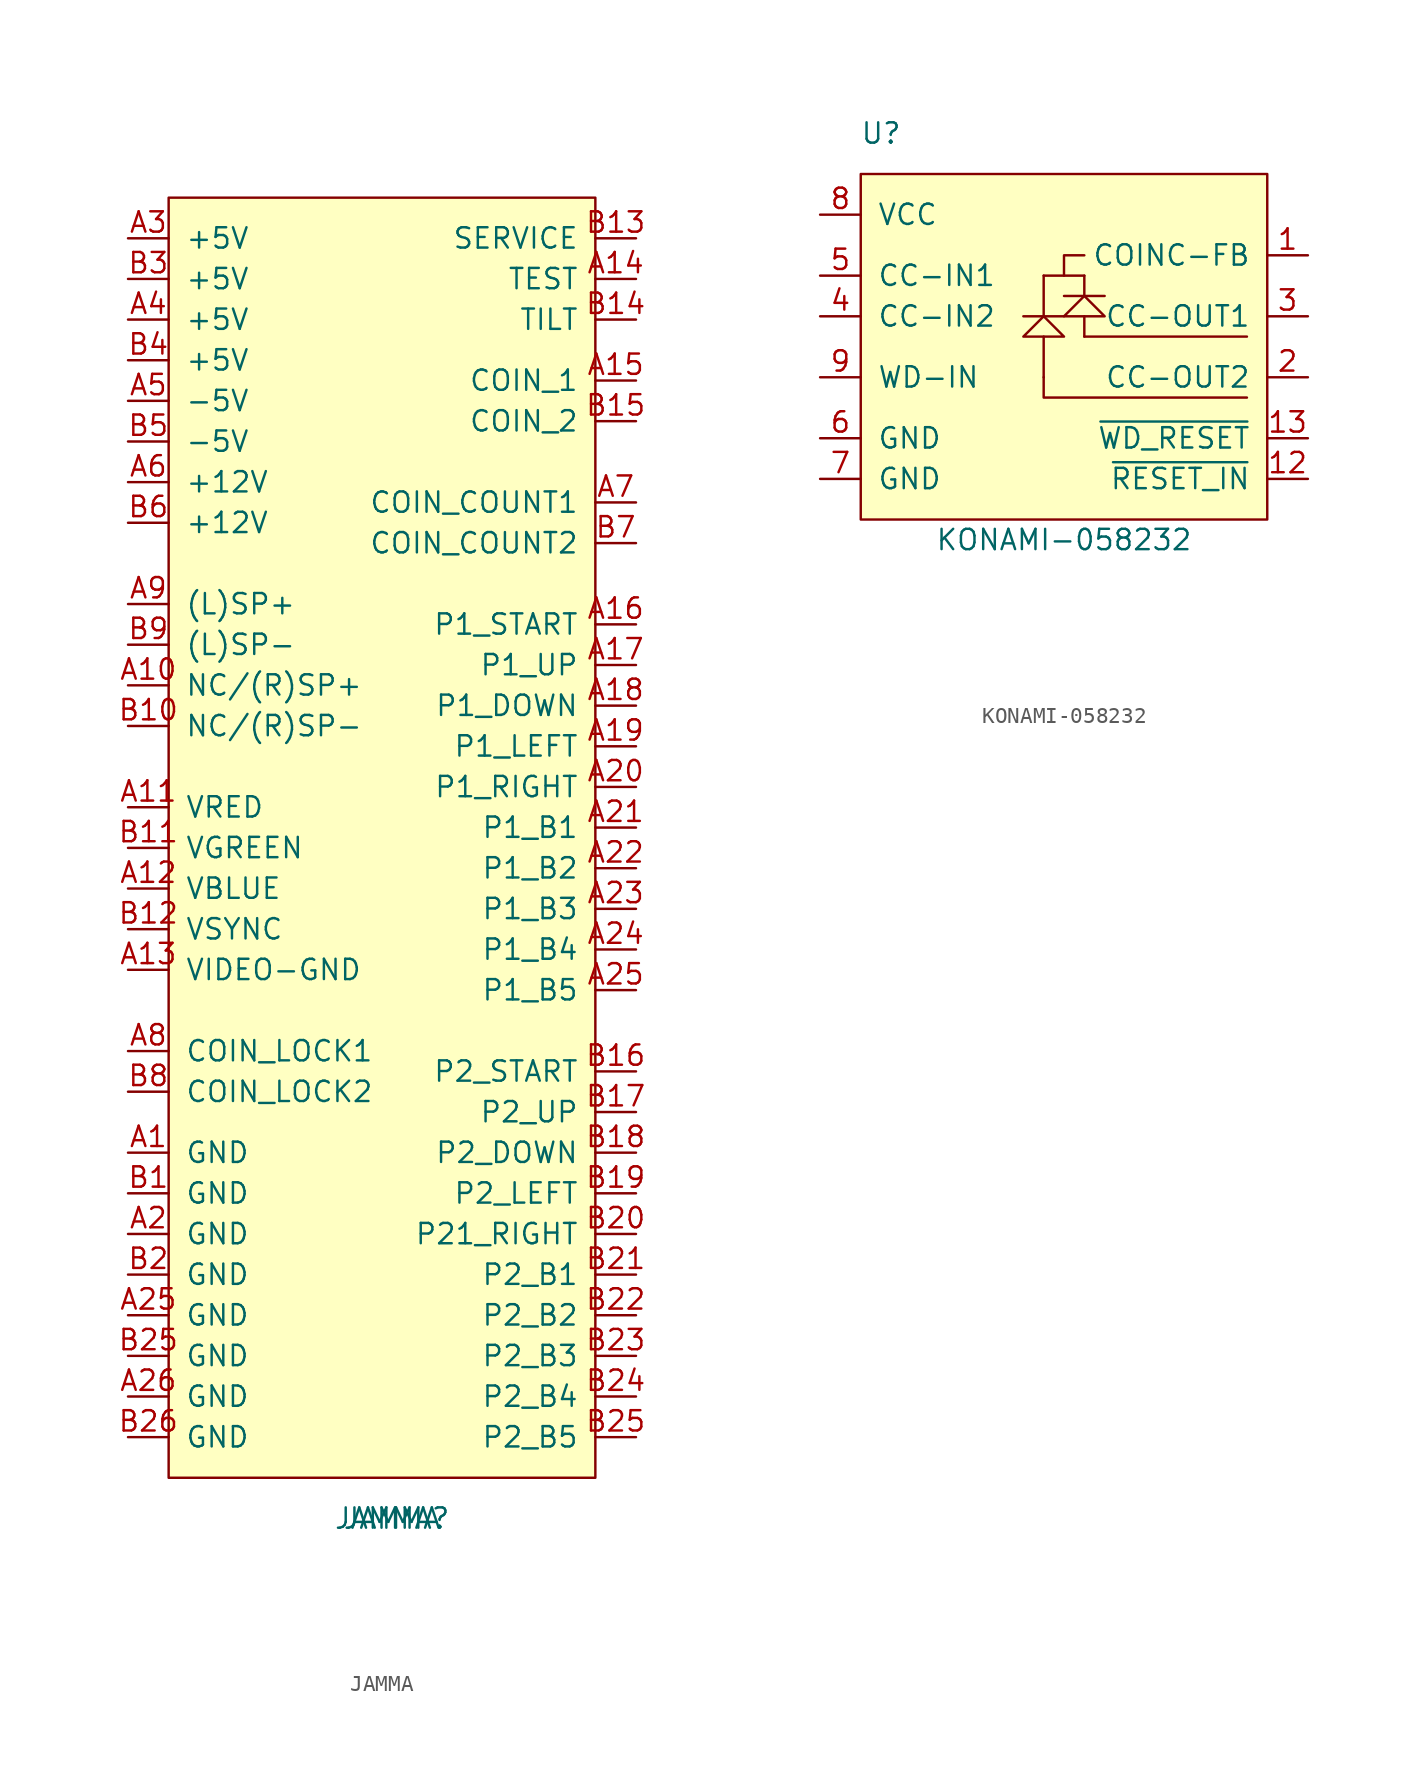
<source format=kicad_sym>
(kicad_symbol_lib
  (version 20211014)
  (generator kicad_symbol_editor)
  (symbol "JAMMA"
    (pin_names
      (offset 1.016))
    (property "Reference" "JAMMA"
      (at 0 -43.18 0)
      (effects (font (size 1.27 1.27))))
    (property "Value" "JAMMA"
      (at 0 -43.18 0)
      (effects (font (size 1.27 1.27))))
    (symbol "JAMMA_0_1"
      (rectangle (start -13.97 39.37) (end 12.7 -40.64) (stroke (width 0) (type default) (color 0 0 0 0)) (fill (type background))))
    (symbol "JAMMA_1_1"
      (pin power_in line (at -16.51 -20.32 0) (length 2.54) (name "GND" (effects (font (size 1.27 1.27)))) (number "A1" (effects (font (size 1.27 1.27)))))
      (pin power_out line (at -16.51 8.89 0) (length 2.54) (name "NC/(R)SP+" (effects (font (size 1.27 1.27)))) (number "A10" (effects (font (size 1.27 1.27)))))
      (pin output line (at -16.51 1.27 0) (length 2.54) (name "VRED" (effects (font (size 1.27 1.27)))) (number "A11" (effects (font (size 1.27 1.27)))))
      (pin output line (at -16.51 -3.81 0) (length 2.54) (name "VBLUE" (effects (font (size 1.27 1.27)))) (number "A12" (effects (font (size 1.27 1.27)))))
      (pin unspecified line (at -16.51 -8.89 0) (length 2.54) (name "VIDEO-GND" (effects (font (size 1.27 1.27)))) (number "A13" (effects (font (size 1.27 1.27)))))
      (pin input line (at 15.24 34.29 180) (length 2.54) (name "TEST" (effects (font (size 1.27 1.27)))) (number "A14" (effects (font (size 1.27 1.27)))))
      (pin input line (at 15.24 27.94 180) (length 2.54) (name "COIN_1" (effects (font (size 1.27 1.27)))) (number "A15" (effects (font (size 1.27 1.27)))))
      (pin input line (at 15.24 12.7 180) (length 2.54) (name "P1_START" (effects (font (size 1.27 1.27)))) (number "A16" (effects (font (size 1.27 1.27)))))
      (pin input line (at 15.24 10.16 180) (length 2.54) (name "P1_UP" (effects (font (size 1.27 1.27)))) (number "A17" (effects (font (size 1.27 1.27)))))
      (pin input line (at 15.24 7.62 180) (length 2.54) (name "P1_DOWN" (effects (font (size 1.27 1.27)))) (number "A18" (effects (font (size 1.27 1.27)))))
      (pin input line (at 15.24 5.08 180) (length 2.54) (name "P1_LEFT" (effects (font (size 1.27 1.27)))) (number "A19" (effects (font (size 1.27 1.27)))))
      (pin power_in line (at -16.51 -25.4 0) (length 2.54) (name "GND" (effects (font (size 1.27 1.27)))) (number "A2" (effects (font (size 1.27 1.27)))))
      (pin input line (at 15.24 2.54 180) (length 2.54) (name "P1_RIGHT" (effects (font (size 1.27 1.27)))) (number "A20" (effects (font (size 1.27 1.27)))))
      (pin input line (at 15.24 0 180) (length 2.54) (name "P1_B1" (effects (font (size 1.27 1.27)))) (number "A21" (effects (font (size 1.27 1.27)))))
      (pin input line (at 15.24 -2.54 180) (length 2.54) (name "P1_B2" (effects (font (size 1.27 1.27)))) (number "A22" (effects (font (size 1.27 1.27)))))
      (pin input line (at 15.24 -5.08 180) (length 2.54) (name "P1_B3" (effects (font (size 1.27 1.27)))) (number "A23" (effects (font (size 1.27 1.27)))))
      (pin input line (at 15.24 -7.62 180) (length 2.54) (name "P1_B4" (effects (font (size 1.27 1.27)))) (number "A24" (effects (font (size 1.27 1.27)))))
      (pin power_in line (at -16.51 -30.48 0) (length 2.54) (name "GND" (effects (font (size 1.27 1.27)))) (number "A25" (effects (font (size 1.27 1.27)))))
      (pin input line (at 15.24 -10.16 180) (length 2.54) (name "P1_B5" (effects (font (size 1.27 1.27)))) (number "A25" (effects (font (size 1.27 1.27)))))
      (pin power_in line (at -16.51 -35.56 0) (length 2.54) (name "GND" (effects (font (size 1.27 1.27)))) (number "A26" (effects (font (size 1.27 1.27)))))
      (pin power_in line (at -16.51 36.83 0) (length 2.54) (name "+5V" (effects (font (size 1.27 1.27)))) (number "A3" (effects (font (size 1.27 1.27)))))
      (pin power_in line (at -16.51 31.75 0) (length 2.54) (name "+5V" (effects (font (size 1.27 1.27)))) (number "A4" (effects (font (size 1.27 1.27)))))
      (pin power_in line (at -16.51 26.67 0) (length 2.54) (name "-5V" (effects (font (size 1.27 1.27)))) (number "A5" (effects (font (size 1.27 1.27)))))
      (pin power_in line (at -16.51 21.59 0) (length 2.54) (name "+12V" (effects (font (size 1.27 1.27)))) (number "A6" (effects (font (size 1.27 1.27)))))
      (pin output line (at 15.24 20.32 180) (length 2.54) (name "COIN_COUNT1" (effects (font (size 1.27 1.27)))) (number "A7" (effects (font (size 1.27 1.27)))))
      (pin output line (at -16.51 -13.97 0) (length 2.54) (name "COIN_LOCK1" (effects (font (size 1.27 1.27)))) (number "A8" (effects (font (size 1.27 1.27)))))
      (pin power_out line (at -16.51 13.97 0) (length 2.54) (name "(L)SP+" (effects (font (size 1.27 1.27)))) (number "A9" (effects (font (size 1.27 1.27)))))
      (pin power_in line (at -16.51 -22.86 0) (length 2.54) (name "GND" (effects (font (size 1.27 1.27)))) (number "B1" (effects (font (size 1.27 1.27)))))
      (pin power_out line (at -16.51 6.35 0) (length 2.54) (name "NC/(R)SP-" (effects (font (size 1.27 1.27)))) (number "B10" (effects (font (size 1.27 1.27)))))
      (pin output line (at -16.51 -1.27 0) (length 2.54) (name "VGREEN" (effects (font (size 1.27 1.27)))) (number "B11" (effects (font (size 1.27 1.27)))))
      (pin output line (at -16.51 -6.35 0) (length 2.54) (name "VSYNC" (effects (font (size 1.27 1.27)))) (number "B12" (effects (font (size 1.27 1.27)))))
      (pin input line (at 15.24 36.83 180) (length 2.54) (name "SERVICE" (effects (font (size 1.27 1.27)))) (number "B13" (effects (font (size 1.27 1.27)))))
      (pin input line (at 15.24 31.75 180) (length 2.54) (name "TILT" (effects (font (size 1.27 1.27)))) (number "B14" (effects (font (size 1.27 1.27)))))
      (pin input line (at 15.24 25.4 180) (length 2.54) (name "COIN_2" (effects (font (size 1.27 1.27)))) (number "B15" (effects (font (size 1.27 1.27)))))
      (pin input line (at 15.24 -15.24 180) (length 2.54) (name "P2_START" (effects (font (size 1.27 1.27)))) (number "B16" (effects (font (size 1.27 1.27)))))
      (pin input line (at 15.24 -17.78 180) (length 2.54) (name "P2_UP" (effects (font (size 1.27 1.27)))) (number "B17" (effects (font (size 1.27 1.27)))))
      (pin input line (at 15.24 -20.32 180) (length 2.54) (name "P2_DOWN" (effects (font (size 1.27 1.27)))) (number "B18" (effects (font (size 1.27 1.27)))))
      (pin input line (at 15.24 -22.86 180) (length 2.54) (name "P2_LEFT" (effects (font (size 1.27 1.27)))) (number "B19" (effects (font (size 1.27 1.27)))))
      (pin power_in line (at -16.51 -27.94 0) (length 2.54) (name "GND" (effects (font (size 1.27 1.27)))) (number "B2" (effects (font (size 1.27 1.27)))))
      (pin input line (at 15.24 -25.4 180) (length 2.54) (name "P21_RIGHT" (effects (font (size 1.27 1.27)))) (number "B20" (effects (font (size 1.27 1.27)))))
      (pin input line (at 15.24 -27.94 180) (length 2.54) (name "P2_B1" (effects (font (size 1.27 1.27)))) (number "B21" (effects (font (size 1.27 1.27)))))
      (pin input line (at 15.24 -30.48 180) (length 2.54) (name "P2_B2" (effects (font (size 1.27 1.27)))) (number "B22" (effects (font (size 1.27 1.27)))))
      (pin input line (at 15.24 -33.02 180) (length 2.54) (name "P2_B3" (effects (font (size 1.27 1.27)))) (number "B23" (effects (font (size 1.27 1.27)))))
      (pin input line (at 15.24 -35.56 180) (length 2.54) (name "P2_B4" (effects (font (size 1.27 1.27)))) (number "B24" (effects (font (size 1.27 1.27)))))
      (pin power_in line (at -16.51 -33.02 0) (length 2.54) (name "GND" (effects (font (size 1.27 1.27)))) (number "B25" (effects (font (size 1.27 1.27)))))
      (pin input line (at 15.24 -38.1 180) (length 2.54) (name "P2_B5" (effects (font (size 1.27 1.27)))) (number "B25" (effects (font (size 1.27 1.27)))))
      (pin power_in line (at -16.51 -38.1 0) (length 2.54) (name "GND" (effects (font (size 1.27 1.27)))) (number "B26" (effects (font (size 1.27 1.27)))))
      (pin power_in line (at -16.51 34.29 0) (length 2.54) (name "+5V" (effects (font (size 1.27 1.27)))) (number "B3" (effects (font (size 1.27 1.27)))))
      (pin power_in line (at -16.51 29.21 0) (length 2.54) (name "+5V" (effects (font (size 1.27 1.27)))) (number "B4" (effects (font (size 1.27 1.27)))))
      (pin power_in line (at -16.51 24.13 0) (length 2.54) (name "-5V" (effects (font (size 1.27 1.27)))) (number "B5" (effects (font (size 1.27 1.27)))))
      (pin power_in line (at -16.51 19.05 0) (length 2.54) (name "+12V" (effects (font (size 1.27 1.27)))) (number "B6" (effects (font (size 1.27 1.27)))))
      (pin output line (at 15.24 17.78 180) (length 2.54) (name "COIN_COUNT2" (effects (font (size 1.27 1.27)))) (number "B7" (effects (font (size 1.27 1.27)))))
      (pin output line (at -16.51 -16.51 0) (length 2.54) (name "COIN_LOCK2" (effects (font (size 1.27 1.27)))) (number "B8" (effects (font (size 1.27 1.27)))))
      (pin power_out line (at -16.51 11.43 0) (length 2.54) (name "(L)SP-" (effects (font (size 1.27 1.27)))) (number "B9" (effects (font (size 1.27 1.27)))))))
  (symbol "KONAMI-058232"
    (pin_names
      (offset 1.016))
    (property "Reference" "U"
      (at -11.43 25.4 0)
      (effects (font (size 1.27 1.27))))
    (property "Value" "KONAMI-058232"
      (at 0 0 0)
      (effects (font (size 1.27 1.27))))
    (symbol "KONAMI-058232_0_1"
      (rectangle (start -12.7 22.86) (end 12.7 1.27) (stroke (width 0) (type default) (color 0 0 0 0)) (fill (type background)))
      (polyline (pts (xy -2.54 13.97) (xy 0 13.97)) (stroke (width 0) (type default) (color 0 0 0 0)) (fill (type none)))
      (polyline (pts (xy -1.27 12.7) (xy -1.27 10.16)) (stroke (width 0) (type default) (color 0 0 0 0)) (fill (type none)))
      (polyline (pts (xy -1.27 13.97) (xy -1.27 16.51)) (stroke (width 0) (type default) (color 0 0 0 0)) (fill (type none)))
      (polyline (pts (xy -1.27 16.51) (xy 1.27 16.51)) (stroke (width 0) (type default) (color 0 0 0 0)) (fill (type none)))
      (polyline (pts (xy 0 15.24) (xy 2.54 15.24)) (stroke (width 0) (type default) (color 0 0 0 0)) (fill (type none)))
      (polyline (pts (xy 1.27 12.7) (xy 11.43 12.7)) (stroke (width 0) (type default) (color 0 0 0 0)) (fill (type none)))
      (polyline (pts (xy 1.27 13.97) (xy 1.27 12.7)) (stroke (width 0) (type default) (color 0 0 0 0)) (fill (type none)))
      (polyline (pts (xy 1.27 15.24) (xy 1.27 15.24)) (stroke (width 0) (type default) (color 0 0 0 0)) (fill (type none)))
      (polyline (pts (xy 1.27 16.51) (xy 1.27 15.24)) (stroke (width 0) (type default) (color 0 0 0 0)) (fill (type none)))
      (polyline (pts (xy 1.27 17.78) (xy 0 17.78) (xy 0 16.51)) (stroke (width 0) (type default) (color 0 0 0 0)) (fill (type none)))
      (polyline (pts (xy -1.27 10.16) (xy -1.27 8.89) (xy 10.16 8.89) (xy 11.43 8.89)) (stroke (width 0) (type default) (color 0 0 0 0)) (fill (type none)))
      (polyline (pts (xy -1.27 13.97) (xy -2.54 12.7) (xy 0 12.7) (xy -1.27 13.97)) (stroke (width 0) (type default) (color 0 0 0 0)) (fill (type none)))
      (polyline (pts (xy 0 13.97) (xy 1.27 15.24) (xy 2.54 13.97) (xy 0 13.97)) (stroke (width 0) (type default) (color 0 0 0 0)) (fill (type none))))
    (symbol "KONAMI-058232_1_1"
      (pin power_in line (at 15.24 17.78 180) (length 2.54) (name "COINC-FB" (effects (font (size 1.27 1.27)))) (number "1" (effects (font (size 1.27 1.27)))))
      (pin input line (at -7.62 -3.81 180) (length 2.54) hide (name "NC" (effects (font (size 1.27 1.27)))) (number "10" (effects (font (size 1.27 1.27)))))
      (pin input line (at -7.62 -6.35 180) (length 2.54) hide (name "NC" (effects (font (size 1.27 1.27)))) (number "11" (effects (font (size 1.27 1.27)))))
      (pin open_collector line (at 15.24 3.81 180) (length 2.54) (name "~{RESET_IN}" (effects (font (size 1.27 1.27)))) (number "12" (effects (font (size 1.27 1.27)))))
      (pin open_collector line (at 15.24 6.35 180) (length 2.54) (name "~{WD_RESET}" (effects (font (size 1.27 1.27)))) (number "13" (effects (font (size 1.27 1.27)))))
      (pin open_collector line (at 15.24 10.16 180) (length 2.54) (name "CC-OUT2" (effects (font (size 1.27 1.27)))) (number "2" (effects (font (size 1.27 1.27)))))
      (pin open_collector line (at 15.24 13.97 180) (length 2.54) (name "CC-OUT1" (effects (font (size 1.27 1.27)))) (number "3" (effects (font (size 1.27 1.27)))))
      (pin input line (at -15.24 13.97 0) (length 2.54) (name "CC-IN2" (effects (font (size 1.27 1.27)))) (number "4" (effects (font (size 1.27 1.27)))))
      (pin input line (at -15.24 16.51 0) (length 2.54) (name "CC-IN1" (effects (font (size 1.27 1.27)))) (number "5" (effects (font (size 1.27 1.27)))))
      (pin power_in line (at -15.24 6.35 0) (length 2.54) (name "GND" (effects (font (size 1.27 1.27)))) (number "6" (effects (font (size 1.27 1.27)))))
      (pin power_in line (at -15.24 3.81 0) (length 2.54) (name "GND" (effects (font (size 1.27 1.27)))) (number "7" (effects (font (size 1.27 1.27)))))
      (pin power_in line (at -15.24 20.32 0) (length 2.54) (name "VCC" (effects (font (size 1.27 1.27)))) (number "8" (effects (font (size 1.27 1.27)))))
      (pin input line (at -15.24 10.16 0) (length 2.54) (name "WD-IN" (effects (font (size 1.27 1.27)))) (number "9" (effects (font (size 1.27 1.27))))))))
</source>
